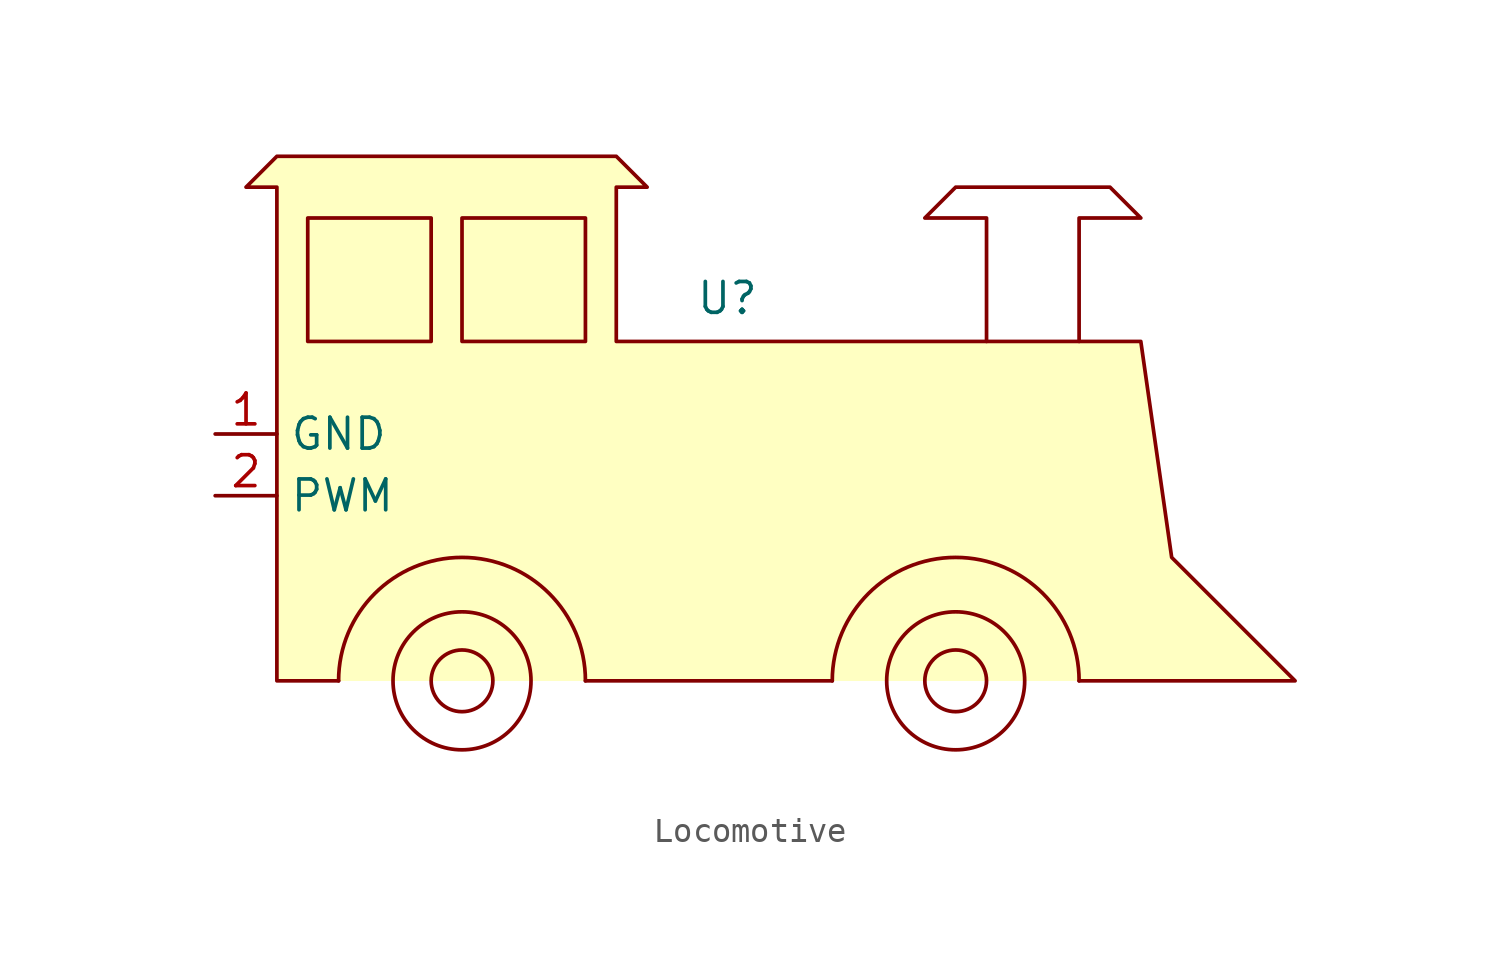
<source format=kicad_sym>
(kicad_symbol_lib
  (version 20231120)
  (generator "kicad_symbol_editor")
  (generator_version "8.0")
  (symbol "Locomotive"
    (property "Reference" "U"
      (at 0.762 15.748 0)
      (effects (font (size 1.27 1.27))))
    (property "Value" ""
      (at -20.32 10.16 0)
      (effects (font (size 1.27 1.27))))
    (symbol "Locomotive_0_0"
      (pin passive line (at -20.32 10.16 0) (length 2.54) (name "GND" (effects (font (size 1.27 1.27)))) (number "1" (effects (font (size 1.27 1.27)))))
      (pin passive line (at -20.32 7.62 0) (length 2.54) (name "PWM" (effects (font (size 1.27 1.27)))) (number "2" (effects (font (size 1.27 1.27))))))
    (symbol "Locomotive_0_1"
      (rectangle (start -16.51 19.05) (end -11.43 13.97) (stroke (width 0) (type default)) (fill (type color) (color 0 0 255 1)))
      (circle (center -10.16 0) (radius 1.27) (stroke (width 0) (type default)) (fill (type none)))
      (circle (center -10.16 0) (radius 2.84) (stroke (width 0) (type default)) (fill (type none)))
      (rectangle (start -10.16 19.05) (end -5.08 13.97) (stroke (width 0) (type default)) (fill (type color) (color 0 0 255 1)))
      (arc (start -5.08 0) (mid -10.16 5.08) (end -15.24 0) (stroke (width 0) (type default)) (fill (type background)))
      (polyline (pts (xy -5.08 0) (xy 5.08 0)) (stroke (width 0) (type default)) (fill (type background)))
      (polyline (pts (xy 11.43 13.97) (xy 11.43 19.05) (xy 8.89 19.05) (xy 10.16 20.32) (xy 16.51 20.32) (xy 17.78 19.05) (xy 16.51 19.05) (xy 15.24 19.05) (xy 15.24 13.97)) (stroke (width 0) (type default)) (fill (type none)))
      (polyline (pts (xy 15.24 0) (xy 24.13 0) (xy 19.05 5.08) (xy 17.78 13.97) (xy -3.81 13.97) (xy -3.81 20.32) (xy -2.54 20.32) (xy -3.81 21.59) (xy -17.78 21.59) (xy -19.05 20.32) (xy -17.78 20.32) (xy -17.78 12.7) (xy -17.78 0) (xy -15.24 0)) (stroke (width 0) (type default)) (fill (type background)))
      (circle (center 10.16 0) (radius 2.84) (stroke (width 0) (type default)) (fill (type none)))
      (circle (center 10.16 0) (radius 1.27) (stroke (width 0) (type default)) (fill (type none)))
      (arc (start 15.24 0) (mid 10.16 5.08) (end 5.08 0) (stroke (width 0) (type default)) (fill (type background))))))
</source>
